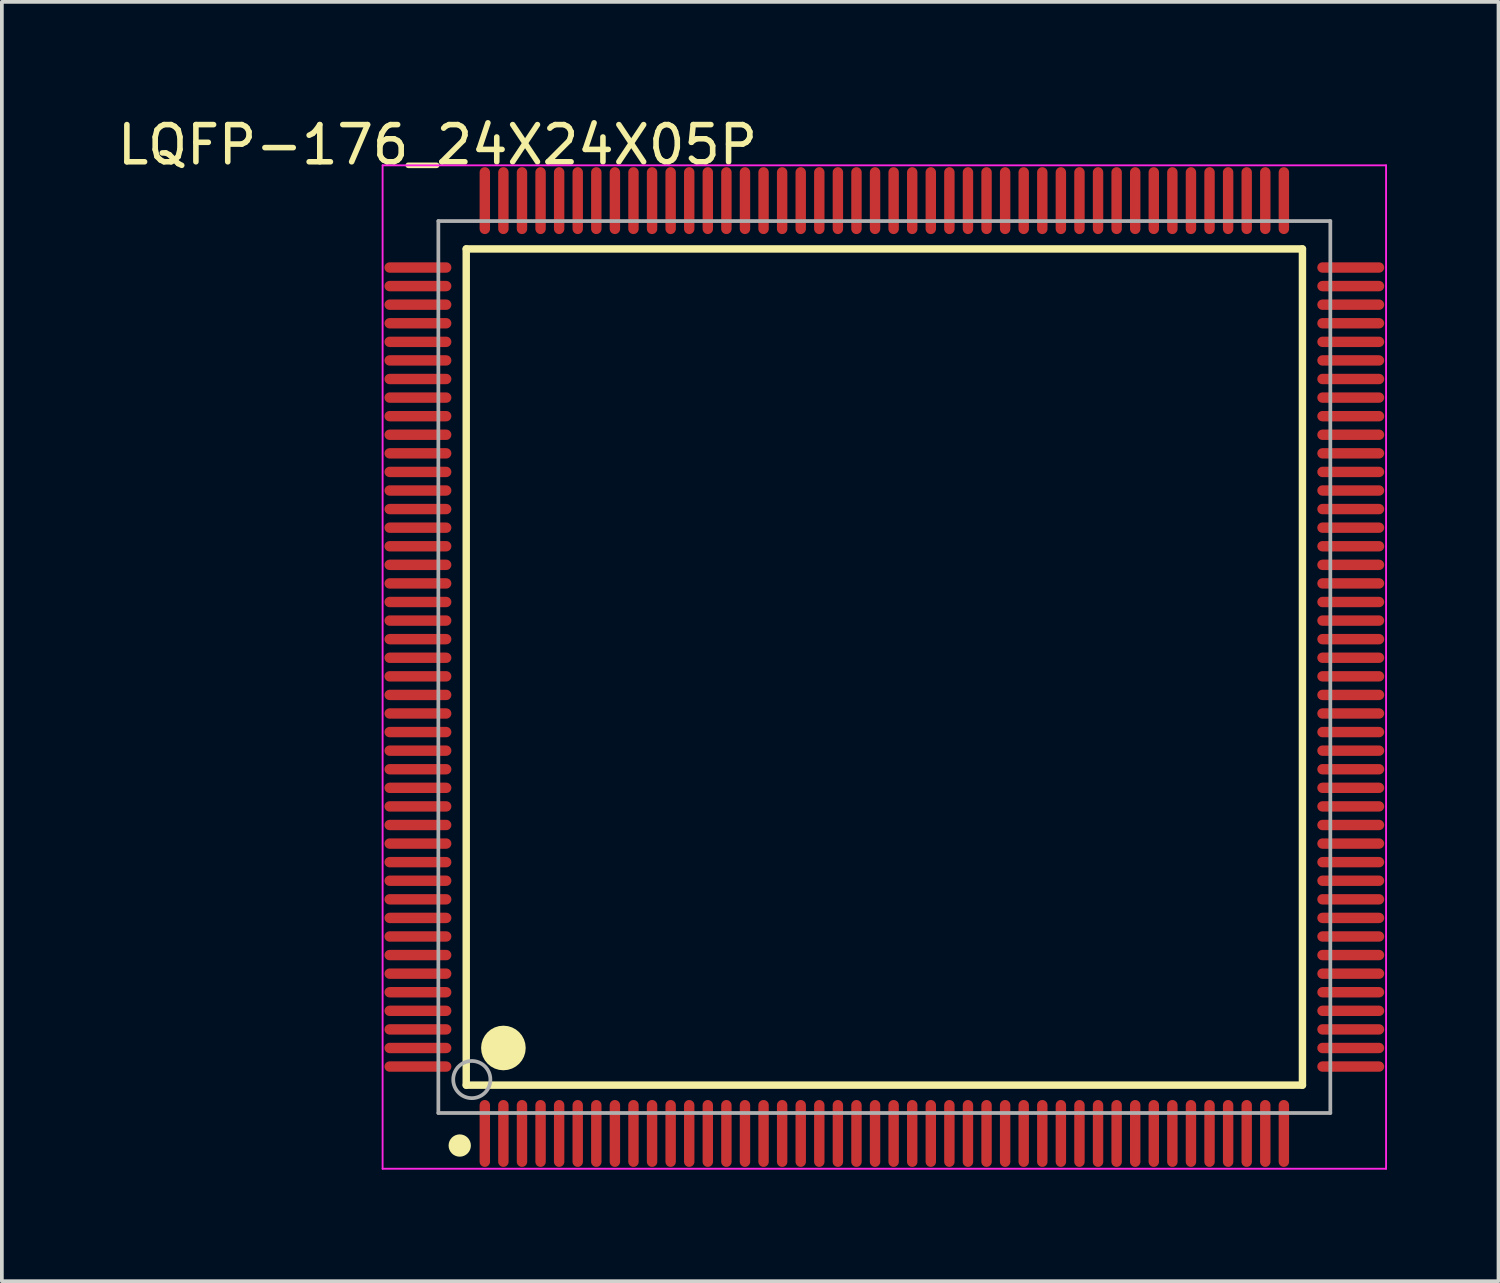
<source format=kicad_pcb>
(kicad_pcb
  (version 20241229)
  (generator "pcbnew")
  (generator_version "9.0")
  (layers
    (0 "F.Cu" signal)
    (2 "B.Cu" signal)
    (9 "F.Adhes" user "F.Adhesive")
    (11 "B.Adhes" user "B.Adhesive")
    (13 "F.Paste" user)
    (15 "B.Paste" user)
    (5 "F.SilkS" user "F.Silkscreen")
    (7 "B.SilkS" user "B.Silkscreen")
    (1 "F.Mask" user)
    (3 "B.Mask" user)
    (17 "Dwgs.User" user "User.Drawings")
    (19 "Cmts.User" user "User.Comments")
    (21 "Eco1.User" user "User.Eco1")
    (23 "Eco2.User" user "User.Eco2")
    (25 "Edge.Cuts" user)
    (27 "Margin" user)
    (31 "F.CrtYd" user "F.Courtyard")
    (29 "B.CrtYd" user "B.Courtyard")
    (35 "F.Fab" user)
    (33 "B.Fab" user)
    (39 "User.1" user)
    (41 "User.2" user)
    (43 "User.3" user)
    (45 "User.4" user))
  (footprint "LQFP-176_24X24X05P"
    (layer "F.Cu")
    (at 20.745 14.898)
    (property "Reference" "LQFP-176_24X24X05P" (at -12.024 -14.05 0) (layer "F.SilkS") (effects (font (size 1 1) (thickness 0.15))))
    (attr through_hole)
    (fp_line (start -11.25 -11.25) (end 11.25 -11.25) (stroke (width 0.2) (type solid)) (layer "F.SilkS"))
    (fp_line (start -11.25 11.25) (end -11.25 -11.25) (stroke (width 0.2) (type solid)) (layer "F.SilkS"))
    (fp_line (start -11.25 11.25) (end 11.25 11.25) (stroke (width 0.2) (type solid)) (layer "F.SilkS"))
    (fp_line (start 11.25 11.25) (end 11.25 -11.25) (stroke (width 0.2) (type solid)) (layer "F.SilkS"))
    (fp_circle (center -11.425 12.875) (end -11.275 12.875) (stroke (width 0.3) (type solid)) (fill no) (layer "F.SilkS"))
    (fp_circle (center -10.25 10.25) (end -9.95 10.25) (stroke (width 0.6) (type solid)) (fill no) (layer "F.SilkS"))
    (fp_line (start -13.5 -13.5) (end 13.5 -13.5) (stroke (width 0.05) (type solid)) (layer "F.CrtYd"))
    (fp_line (start -13.5 13.5) (end -13.5 -13.5) (stroke (width 0.05) (type solid)) (layer "F.CrtYd"))
    (fp_line (start 13.5 -13.5) (end 13.5 13.5) (stroke (width 0.05) (type solid)) (layer "F.CrtYd"))
    (fp_line (start 13.5 13.5) (end -13.5 13.5) (stroke (width 0.05) (type solid)) (layer "F.CrtYd"))
    (fp_line (start -12 -12) (end 12 -12) (stroke (width 0.1) (type solid)) (layer "F.Fab"))
    (fp_line (start -12 12) (end -12 -12) (stroke (width 0.1) (type solid)) (layer "F.Fab"))
    (fp_line (start -12 12) (end 12 12) (stroke (width 0.1) (type solid)) (layer "F.Fab"))
    (fp_line (start 12 12) (end 12 -12) (stroke (width 0.1) (type solid)) (layer "F.Fab"))
    (fp_circle (center -11.1 11.1) (end -10.6 11.1) (stroke (width 0.1) (type solid)) (fill no) (layer "F.Fab"))
    (pad "1" smd oval (at -10.75 12.55 180) (size 0.28 1.8) (layers "F.Cu" "F.Mask" "F.Paste"))
    (pad "2" smd oval (at -10.25 12.55 180) (size 0.28 1.8) (layers "F.Cu" "F.Mask" "F.Paste"))
    (pad "3" smd oval (at -9.75 12.55 180) (size 0.28 1.8) (layers "F.Cu" "F.Mask" "F.Paste"))
    (pad "4" smd oval (at -9.25 12.55 180) (size 0.28 1.8) (layers "F.Cu" "F.Mask" "F.Paste"))
    (pad "5" smd oval (at -8.75 12.55 180) (size 0.28 1.8) (layers "F.Cu" "F.Mask" "F.Paste"))
    (pad "6" smd oval (at -8.25 12.55 180) (size 0.28 1.8) (layers "F.Cu" "F.Mask" "F.Paste"))
    (pad "7" smd oval (at -7.75 12.55 180) (size 0.28 1.8) (layers "F.Cu" "F.Mask" "F.Paste"))
    (pad "8" smd oval (at -7.25 12.55 180) (size 0.28 1.8) (layers "F.Cu" "F.Mask" "F.Paste"))
    (pad "9" smd oval (at -6.75 12.55 180) (size 0.28 1.8) (layers "F.Cu" "F.Mask" "F.Paste"))
    (pad "10" smd oval (at -6.25 12.55 180) (size 0.28 1.8) (layers "F.Cu" "F.Mask" "F.Paste"))
    (pad "11" smd oval (at -5.75 12.55 180) (size 0.28 1.8) (layers "F.Cu" "F.Mask" "F.Paste"))
    (pad "12" smd oval (at -5.25 12.55 180) (size 0.28 1.8) (layers "F.Cu" "F.Mask" "F.Paste"))
    (pad "13" smd oval (at -4.75 12.55 180) (size 0.28 1.8) (layers "F.Cu" "F.Mask" "F.Paste"))
    (pad "14" smd oval (at -4.25 12.55 180) (size 0.28 1.8) (layers "F.Cu" "F.Mask" "F.Paste"))
    (pad "15" smd oval (at -3.75 12.55 180) (size 0.28 1.8) (layers "F.Cu" "F.Mask" "F.Paste"))
    (pad "16" smd oval (at -3.25 12.55 180) (size 0.28 1.8) (layers "F.Cu" "F.Mask" "F.Paste"))
    (pad "17" smd oval (at -2.75 12.55 180) (size 0.28 1.8) (layers "F.Cu" "F.Mask" "F.Paste"))
    (pad "18" smd oval (at -2.25 12.55 180) (size 0.28 1.8) (layers "F.Cu" "F.Mask" "F.Paste"))
    (pad "19" smd oval (at -1.75 12.55 180) (size 0.28 1.8) (layers "F.Cu" "F.Mask" "F.Paste"))
    (pad "20" smd oval (at -1.25 12.55 180) (size 0.28 1.8) (layers "F.Cu" "F.Mask" "F.Paste"))
    (pad "21" smd oval (at -0.75 12.55 180) (size 0.28 1.8) (layers "F.Cu" "F.Mask" "F.Paste"))
    (pad "22" smd oval (at -0.25 12.55 180) (size 0.28 1.8) (layers "F.Cu" "F.Mask" "F.Paste"))
    (pad "23" smd oval (at 0.25 12.55 180) (size 0.28 1.8) (layers "F.Cu" "F.Mask" "F.Paste"))
    (pad "24" smd oval (at 0.75 12.55 180) (size 0.28 1.8) (layers "F.Cu" "F.Mask" "F.Paste"))
    (pad "25" smd oval (at 1.25 12.55 180) (size 0.28 1.8) (layers "F.Cu" "F.Mask" "F.Paste"))
    (pad "26" smd oval (at 1.75 12.55 180) (size 0.28 1.8) (layers "F.Cu" "F.Mask" "F.Paste"))
    (pad "27" smd oval (at 2.25 12.55 180) (size 0.28 1.8) (layers "F.Cu" "F.Mask" "F.Paste"))
    (pad "28" smd oval (at 2.75 12.55 180) (size 0.28 1.8) (layers "F.Cu" "F.Mask" "F.Paste"))
    (pad "29" smd oval (at 3.25 12.55 180) (size 0.28 1.8) (layers "F.Cu" "F.Mask" "F.Paste"))
    (pad "30" smd oval (at 3.75 12.55 180) (size 0.28 1.8) (layers "F.Cu" "F.Mask" "F.Paste"))
    (pad "31" smd oval (at 4.25 12.55 180) (size 0.28 1.8) (layers "F.Cu" "F.Mask" "F.Paste"))
    (pad "32" smd oval (at 4.75 12.55 180) (size 0.28 1.8) (layers "F.Cu" "F.Mask" "F.Paste"))
    (pad "33" smd oval (at 5.25 12.55 180) (size 0.28 1.8) (layers "F.Cu" "F.Mask" "F.Paste"))
    (pad "34" smd oval (at 5.75 12.55 180) (size 0.28 1.8) (layers "F.Cu" "F.Mask" "F.Paste"))
    (pad "35" smd oval (at 6.25 12.55 180) (size 0.28 1.8) (layers "F.Cu" "F.Mask" "F.Paste"))
    (pad "36" smd oval (at 6.75 12.55 180) (size 0.28 1.8) (layers "F.Cu" "F.Mask" "F.Paste"))
    (pad "37" smd oval (at 7.25 12.55 180) (size 0.28 1.8) (layers "F.Cu" "F.Mask" "F.Paste"))
    (pad "38" smd oval (at 7.75 12.55 180) (size 0.28 1.8) (layers "F.Cu" "F.Mask" "F.Paste"))
    (pad "39" smd oval (at 8.25 12.55 180) (size 0.28 1.8) (layers "F.Cu" "F.Mask" "F.Paste"))
    (pad "40" smd oval (at 8.75 12.55 180) (size 0.28 1.8) (layers "F.Cu" "F.Mask" "F.Paste"))
    (pad "41" smd oval (at 9.25 12.55 180) (size 0.28 1.8) (layers "F.Cu" "F.Mask" "F.Paste"))
    (pad "42" smd oval (at 9.75 12.55 180) (size 0.28 1.8) (layers "F.Cu" "F.Mask" "F.Paste"))
    (pad "43" smd oval (at 10.25 12.55 180) (size 0.28 1.8) (layers "F.Cu" "F.Mask" "F.Paste"))
    (pad "44" smd oval (at 10.75 12.55 180) (size 0.28 1.8) (layers "F.Cu" "F.Mask" "F.Paste"))
    (pad "45" smd oval (at 12.55 10.75 90) (size 0.28 1.8) (layers "F.Cu" "F.Mask" "F.Paste"))
    (pad "46" smd oval (at 12.55 10.25 90) (size 0.28 1.8) (layers "F.Cu" "F.Mask" "F.Paste"))
    (pad "47" smd oval (at 12.55 9.75 90) (size 0.28 1.8) (layers "F.Cu" "F.Mask" "F.Paste"))
    (pad "48" smd oval (at 12.55 9.25 90) (size 0.28 1.8) (layers "F.Cu" "F.Mask" "F.Paste"))
    (pad "49" smd oval (at 12.55 8.75 90) (size 0.28 1.8) (layers "F.Cu" "F.Mask" "F.Paste"))
    (pad "50" smd oval (at 12.55 8.25 90) (size 0.28 1.8) (layers "F.Cu" "F.Mask" "F.Paste"))
    (pad "51" smd oval (at 12.55 7.75 90) (size 0.28 1.8) (layers "F.Cu" "F.Mask" "F.Paste"))
    (pad "52" smd oval (at 12.55 7.25 90) (size 0.28 1.8) (layers "F.Cu" "F.Mask" "F.Paste"))
    (pad "53" smd oval (at 12.55 6.75 90) (size 0.28 1.8) (layers "F.Cu" "F.Mask" "F.Paste"))
    (pad "54" smd oval (at 12.55 6.25 90) (size 0.28 1.8) (layers "F.Cu" "F.Mask" "F.Paste"))
    (pad "55" smd oval (at 12.55 5.75 90) (size 0.28 1.8) (layers "F.Cu" "F.Mask" "F.Paste"))
    (pad "56" smd oval (at 12.55 5.25 90) (size 0.28 1.8) (layers "F.Cu" "F.Mask" "F.Paste"))
    (pad "57" smd oval (at 12.55 4.75 90) (size 0.28 1.8) (layers "F.Cu" "F.Mask" "F.Paste"))
    (pad "58" smd oval (at 12.55 4.25 90) (size 0.28 1.8) (layers "F.Cu" "F.Mask" "F.Paste"))
    (pad "59" smd oval (at 12.55 3.75 90) (size 0.28 1.8) (layers "F.Cu" "F.Mask" "F.Paste"))
    (pad "60" smd oval (at 12.55 3.25 90) (size 0.28 1.8) (layers "F.Cu" "F.Mask" "F.Paste"))
    (pad "61" smd oval (at 12.55 2.75 90) (size 0.28 1.8) (layers "F.Cu" "F.Mask" "F.Paste"))
    (pad "62" smd oval (at 12.55 2.25 90) (size 0.28 1.8) (layers "F.Cu" "F.Mask" "F.Paste"))
    (pad "63" smd oval (at 12.55 1.75 90) (size 0.28 1.8) (layers "F.Cu" "F.Mask" "F.Paste"))
    (pad "64" smd oval (at 12.55 1.25 90) (size 0.28 1.8) (layers "F.Cu" "F.Mask" "F.Paste"))
    (pad "65" smd oval (at 12.55 0.75 90) (size 0.28 1.8) (layers "F.Cu" "F.Mask" "F.Paste"))
    (pad "66" smd oval (at 12.55 0.25 90) (size 0.28 1.8) (layers "F.Cu" "F.Mask" "F.Paste"))
    (pad "67" smd oval (at 12.55 -0.25 90) (size 0.28 1.8) (layers "F.Cu" "F.Mask" "F.Paste"))
    (pad "68" smd oval (at 12.55 -0.75 90) (size 0.28 1.8) (layers "F.Cu" "F.Mask" "F.Paste"))
    (pad "69" smd oval (at 12.55 -1.25 90) (size 0.28 1.8) (layers "F.Cu" "F.Mask" "F.Paste"))
    (pad "70" smd oval (at 12.55 -1.75 90) (size 0.28 1.8) (layers "F.Cu" "F.Mask" "F.Paste"))
    (pad "71" smd oval (at 12.55 -2.25 90) (size 0.28 1.8) (layers "F.Cu" "F.Mask" "F.Paste"))
    (pad "72" smd oval (at 12.55 -2.75 90) (size 0.28 1.8) (layers "F.Cu" "F.Mask" "F.Paste"))
    (pad "73" smd oval (at 12.55 -3.25 90) (size 0.28 1.8) (layers "F.Cu" "F.Mask" "F.Paste"))
    (pad "74" smd oval (at 12.55 -3.75 90) (size 0.28 1.8) (layers "F.Cu" "F.Mask" "F.Paste"))
    (pad "75" smd oval (at 12.55 -4.25 90) (size 0.28 1.8) (layers "F.Cu" "F.Mask" "F.Paste"))
    (pad "76" smd oval (at 12.55 -4.75 90) (size 0.28 1.8) (layers "F.Cu" "F.Mask" "F.Paste"))
    (pad "77" smd oval (at 12.55 -5.25 90) (size 0.28 1.8) (layers "F.Cu" "F.Mask" "F.Paste"))
    (pad "78" smd oval (at 12.55 -5.75 90) (size 0.28 1.8) (layers "F.Cu" "F.Mask" "F.Paste"))
    (pad "79" smd oval (at 12.55 -6.25 90) (size 0.28 1.8) (layers "F.Cu" "F.Mask" "F.Paste"))
    (pad "80" smd oval (at 12.55 -6.75 90) (size 0.28 1.8) (layers "F.Cu" "F.Mask" "F.Paste"))
    (pad "81" smd oval (at 12.55 -7.25 90) (size 0.28 1.8) (layers "F.Cu" "F.Mask" "F.Paste"))
    (pad "82" smd oval (at 12.55 -7.75 90) (size 0.28 1.8) (layers "F.Cu" "F.Mask" "F.Paste"))
    (pad "83" smd oval (at 12.55 -8.25 90) (size 0.28 1.8) (layers "F.Cu" "F.Mask" "F.Paste"))
    (pad "84" smd oval (at 12.55 -8.75 90) (size 0.28 1.8) (layers "F.Cu" "F.Mask" "F.Paste"))
    (pad "85" smd oval (at 12.55 -9.25 90) (size 0.28 1.8) (layers "F.Cu" "F.Mask" "F.Paste"))
    (pad "86" smd oval (at 12.55 -9.75 90) (size 0.28 1.8) (layers "F.Cu" "F.Mask" "F.Paste"))
    (pad "87" smd oval (at 12.55 -10.25 90) (size 0.28 1.8) (layers "F.Cu" "F.Mask" "F.Paste"))
    (pad "88" smd oval (at 12.55 -10.75 90) (size 0.28 1.8) (layers "F.Cu" "F.Mask" "F.Paste"))
    (pad "89" smd oval (at 10.75 -12.55 180) (size 0.28 1.8) (layers "F.Cu" "F.Mask" "F.Paste"))
    (pad "90" smd oval (at 10.25 -12.55 180) (size 0.28 1.8) (layers "F.Cu" "F.Mask" "F.Paste"))
    (pad "91" smd oval (at 9.75 -12.55 180) (size 0.28 1.8) (layers "F.Cu" "F.Mask" "F.Paste"))
    (pad "92" smd oval (at 9.25 -12.55 180) (size 0.28 1.8) (layers "F.Cu" "F.Mask" "F.Paste"))
    (pad "93" smd oval (at 8.75 -12.55 180) (size 0.28 1.8) (layers "F.Cu" "F.Mask" "F.Paste"))
    (pad "94" smd oval (at 8.25 -12.55 180) (size 0.28 1.8) (layers "F.Cu" "F.Mask" "F.Paste"))
    (pad "95" smd oval (at 7.75 -12.55 180) (size 0.28 1.8) (layers "F.Cu" "F.Mask" "F.Paste"))
    (pad "96" smd oval (at 7.25 -12.55 180) (size 0.28 1.8) (layers "F.Cu" "F.Mask" "F.Paste"))
    (pad "97" smd oval (at 6.75 -12.55 180) (size 0.28 1.8) (layers "F.Cu" "F.Mask" "F.Paste"))
    (pad "98" smd oval (at 6.25 -12.55 180) (size 0.28 1.8) (layers "F.Cu" "F.Mask" "F.Paste"))
    (pad "99" smd oval (at 5.75 -12.55 180) (size 0.28 1.8) (layers "F.Cu" "F.Mask" "F.Paste"))
    (pad "100" smd oval (at 5.25 -12.55 180) (size 0.28 1.8) (layers "F.Cu" "F.Mask" "F.Paste"))
    (pad "101" smd oval (at 4.75 -12.55 180) (size 0.28 1.8) (layers "F.Cu" "F.Mask" "F.Paste"))
    (pad "102" smd oval (at 4.25 -12.55 180) (size 0.28 1.8) (layers "F.Cu" "F.Mask" "F.Paste"))
    (pad "103" smd oval (at 3.75 -12.55 180) (size 0.28 1.8) (layers "F.Cu" "F.Mask" "F.Paste"))
    (pad "104" smd oval (at 3.25 -12.55 180) (size 0.28 1.8) (layers "F.Cu" "F.Mask" "F.Paste"))
    (pad "105" smd oval (at 2.75 -12.55 180) (size 0.28 1.8) (layers "F.Cu" "F.Mask" "F.Paste"))
    (pad "106" smd oval (at 2.25 -12.55 180) (size 0.28 1.8) (layers "F.Cu" "F.Mask" "F.Paste"))
    (pad "107" smd oval (at 1.75 -12.55 180) (size 0.28 1.8) (layers "F.Cu" "F.Mask" "F.Paste"))
    (pad "108" smd oval (at 1.25 -12.55 180) (size 0.28 1.8) (layers "F.Cu" "F.Mask" "F.Paste"))
    (pad "109" smd oval (at 0.75 -12.55 180) (size 0.28 1.8) (layers "F.Cu" "F.Mask" "F.Paste"))
    (pad "110" smd oval (at 0.25 -12.55 180) (size 0.28 1.8) (layers "F.Cu" "F.Mask" "F.Paste"))
    (pad "111" smd oval (at -0.25 -12.55 180) (size 0.28 1.8) (layers "F.Cu" "F.Mask" "F.Paste"))
    (pad "112" smd oval (at -0.75 -12.55 180) (size 0.28 1.8) (layers "F.Cu" "F.Mask" "F.Paste"))
    (pad "113" smd oval (at -1.25 -12.55 180) (size 0.28 1.8) (layers "F.Cu" "F.Mask" "F.Paste"))
    (pad "114" smd oval (at -1.75 -12.55 180) (size 0.28 1.8) (layers "F.Cu" "F.Mask" "F.Paste"))
    (pad "115" smd oval (at -2.25 -12.55 180) (size 0.28 1.8) (layers "F.Cu" "F.Mask" "F.Paste"))
    (pad "116" smd oval (at -2.75 -12.55 180) (size 0.28 1.8) (layers "F.Cu" "F.Mask" "F.Paste"))
    (pad "117" smd oval (at -3.25 -12.55 180) (size 0.28 1.8) (layers "F.Cu" "F.Mask" "F.Paste"))
    (pad "118" smd oval (at -3.75 -12.55 180) (size 0.28 1.8) (layers "F.Cu" "F.Mask" "F.Paste"))
    (pad "119" smd oval (at -4.25 -12.55 180) (size 0.28 1.8) (layers "F.Cu" "F.Mask" "F.Paste"))
    (pad "120" smd oval (at -4.75 -12.55 180) (size 0.28 1.8) (layers "F.Cu" "F.Mask" "F.Paste"))
    (pad "121" smd oval (at -5.25 -12.55 180) (size 0.28 1.8) (layers "F.Cu" "F.Mask" "F.Paste"))
    (pad "122" smd oval (at -5.75 -12.55 180) (size 0.28 1.8) (layers "F.Cu" "F.Mask" "F.Paste"))
    (pad "123" smd oval (at -6.25 -12.55 180) (size 0.28 1.8) (layers "F.Cu" "F.Mask" "F.Paste"))
    (pad "124" smd oval (at -6.75 -12.55 180) (size 0.28 1.8) (layers "F.Cu" "F.Mask" "F.Paste"))
    (pad "125" smd oval (at -7.25 -12.55 180) (size 0.28 1.8) (layers "F.Cu" "F.Mask" "F.Paste"))
    (pad "126" smd oval (at -7.75 -12.55 180) (size 0.28 1.8) (layers "F.Cu" "F.Mask" "F.Paste"))
    (pad "127" smd oval (at -8.25 -12.55 180) (size 0.28 1.8) (layers "F.Cu" "F.Mask" "F.Paste"))
    (pad "128" smd oval (at -8.75 -12.55 180) (size 0.28 1.8) (layers "F.Cu" "F.Mask" "F.Paste"))
    (pad "129" smd oval (at -9.25 -12.55 180) (size 0.28 1.8) (layers "F.Cu" "F.Mask" "F.Paste"))
    (pad "130" smd oval (at -9.75 -12.55 180) (size 0.28 1.8) (layers "F.Cu" "F.Mask" "F.Paste"))
    (pad "131" smd oval (at -10.25 -12.55 180) (size 0.28 1.8) (layers "F.Cu" "F.Mask" "F.Paste"))
    (pad "132" smd oval (at -10.75 -12.55 180) (size 0.28 1.8) (layers "F.Cu" "F.Mask" "F.Paste"))
    (pad "133" smd oval (at -12.55 -10.75 90) (size 0.28 1.8) (layers "F.Cu" "F.Mask" "F.Paste"))
    (pad "134" smd oval (at -12.55 -10.25 90) (size 0.28 1.8) (layers "F.Cu" "F.Mask" "F.Paste"))
    (pad "135" smd oval (at -12.55 -9.75 90) (size 0.28 1.8) (layers "F.Cu" "F.Mask" "F.Paste"))
    (pad "136" smd oval (at -12.55 -9.25 90) (size 0.28 1.8) (layers "F.Cu" "F.Mask" "F.Paste"))
    (pad "137" smd oval (at -12.55 -8.75 90) (size 0.28 1.8) (layers "F.Cu" "F.Mask" "F.Paste"))
    (pad "138" smd oval (at -12.55 -8.25 90) (size 0.28 1.8) (layers "F.Cu" "F.Mask" "F.Paste"))
    (pad "139" smd oval (at -12.55 -7.75 90) (size 0.28 1.8) (layers "F.Cu" "F.Mask" "F.Paste"))
    (pad "140" smd oval (at -12.55 -7.25 90) (size 0.28 1.8) (layers "F.Cu" "F.Mask" "F.Paste"))
    (pad "141" smd oval (at -12.55 -6.75 90) (size 0.28 1.8) (layers "F.Cu" "F.Mask" "F.Paste"))
    (pad "142" smd oval (at -12.55 -6.25 90) (size 0.28 1.8) (layers "F.Cu" "F.Mask" "F.Paste"))
    (pad "143" smd oval (at -12.55 -5.75 90) (size 0.28 1.8) (layers "F.Cu" "F.Mask" "F.Paste"))
    (pad "144" smd oval (at -12.55 -5.25 90) (size 0.28 1.8) (layers "F.Cu" "F.Mask" "F.Paste"))
    (pad "145" smd oval (at -12.55 -4.75 90) (size 0.28 1.8) (layers "F.Cu" "F.Mask" "F.Paste"))
    (pad "146" smd oval (at -12.55 -4.25 90) (size 0.28 1.8) (layers "F.Cu" "F.Mask" "F.Paste"))
    (pad "147" smd oval (at -12.55 -3.75 90) (size 0.28 1.8) (layers "F.Cu" "F.Mask" "F.Paste"))
    (pad "148" smd oval (at -12.55 -3.25 90) (size 0.28 1.8) (layers "F.Cu" "F.Mask" "F.Paste"))
    (pad "149" smd oval (at -12.55 -2.75 90) (size 0.28 1.8) (layers "F.Cu" "F.Mask" "F.Paste"))
    (pad "150" smd oval (at -12.55 -2.25 90) (size 0.28 1.8) (layers "F.Cu" "F.Mask" "F.Paste"))
    (pad "151" smd oval (at -12.55 -1.75 90) (size 0.28 1.8) (layers "F.Cu" "F.Mask" "F.Paste"))
    (pad "152" smd oval (at -12.55 -1.25 90) (size 0.28 1.8) (layers "F.Cu" "F.Mask" "F.Paste"))
    (pad "153" smd oval (at -12.55 -0.75 90) (size 0.28 1.8) (layers "F.Cu" "F.Mask" "F.Paste"))
    (pad "154" smd oval (at -12.55 -0.25 90) (size 0.28 1.8) (layers "F.Cu" "F.Mask" "F.Paste"))
    (pad "155" smd oval (at -12.55 0.25 90) (size 0.28 1.8) (layers "F.Cu" "F.Mask" "F.Paste"))
    (pad "156" smd oval (at -12.55 0.75 90) (size 0.28 1.8) (layers "F.Cu" "F.Mask" "F.Paste"))
    (pad "157" smd oval (at -12.55 1.25 90) (size 0.28 1.8) (layers "F.Cu" "F.Mask" "F.Paste"))
    (pad "158" smd oval (at -12.55 1.75 90) (size 0.28 1.8) (layers "F.Cu" "F.Mask" "F.Paste"))
    (pad "159" smd oval (at -12.55 2.25 90) (size 0.28 1.8) (layers "F.Cu" "F.Mask" "F.Paste"))
    (pad "160" smd oval (at -12.55 2.75 90) (size 0.28 1.8) (layers "F.Cu" "F.Mask" "F.Paste"))
    (pad "161" smd oval (at -12.55 3.25 90) (size 0.28 1.8) (layers "F.Cu" "F.Mask" "F.Paste"))
    (pad "162" smd oval (at -12.55 3.75 90) (size 0.28 1.8) (layers "F.Cu" "F.Mask" "F.Paste"))
    (pad "163" smd oval (at -12.55 4.25 90) (size 0.28 1.8) (layers "F.Cu" "F.Mask" "F.Paste"))
    (pad "164" smd oval (at -12.55 4.75 90) (size 0.28 1.8) (layers "F.Cu" "F.Mask" "F.Paste"))
    (pad "165" smd oval (at -12.55 5.25 90) (size 0.28 1.8) (layers "F.Cu" "F.Mask" "F.Paste"))
    (pad "166" smd oval (at -12.55 5.75 90) (size 0.28 1.8) (layers "F.Cu" "F.Mask" "F.Paste"))
    (pad "167" smd oval (at -12.55 6.25 90) (size 0.28 1.8) (layers "F.Cu" "F.Mask" "F.Paste"))
    (pad "168" smd oval (at -12.55 6.75 90) (size 0.28 1.8) (layers "F.Cu" "F.Mask" "F.Paste"))
    (pad "169" smd oval (at -12.55 7.25 90) (size 0.28 1.8) (layers "F.Cu" "F.Mask" "F.Paste"))
    (pad "170" smd oval (at -12.55 7.75 90) (size 0.28 1.8) (layers "F.Cu" "F.Mask" "F.Paste"))
    (pad "171" smd oval (at -12.55 8.25 90) (size 0.28 1.8) (layers "F.Cu" "F.Mask" "F.Paste"))
    (pad "172" smd oval (at -12.55 8.75 90) (size 0.28 1.8) (layers "F.Cu" "F.Mask" "F.Paste"))
    (pad "173" smd oval (at -12.55 9.25 90) (size 0.28 1.8) (layers "F.Cu" "F.Mask" "F.Paste"))
    (pad "174" smd oval (at -12.55 9.75 90) (size 0.28 1.8) (layers "F.Cu" "F.Mask" "F.Paste"))
    (pad "175" smd oval (at -12.55 10.25 90) (size 0.28 1.8) (layers "F.Cu" "F.Mask" "F.Paste"))
    (pad "176" smd oval (at -12.55 10.75 90) (size 0.28 1.8) (layers "F.Cu" "F.Mask" "F.Paste")))
  (gr_rect
    (start -3 -3)
    (end 37.27 31.423)
    (stroke (width 0.1) (type default))
    (fill no)
    (layer "Edge.Cuts")))
</source>
